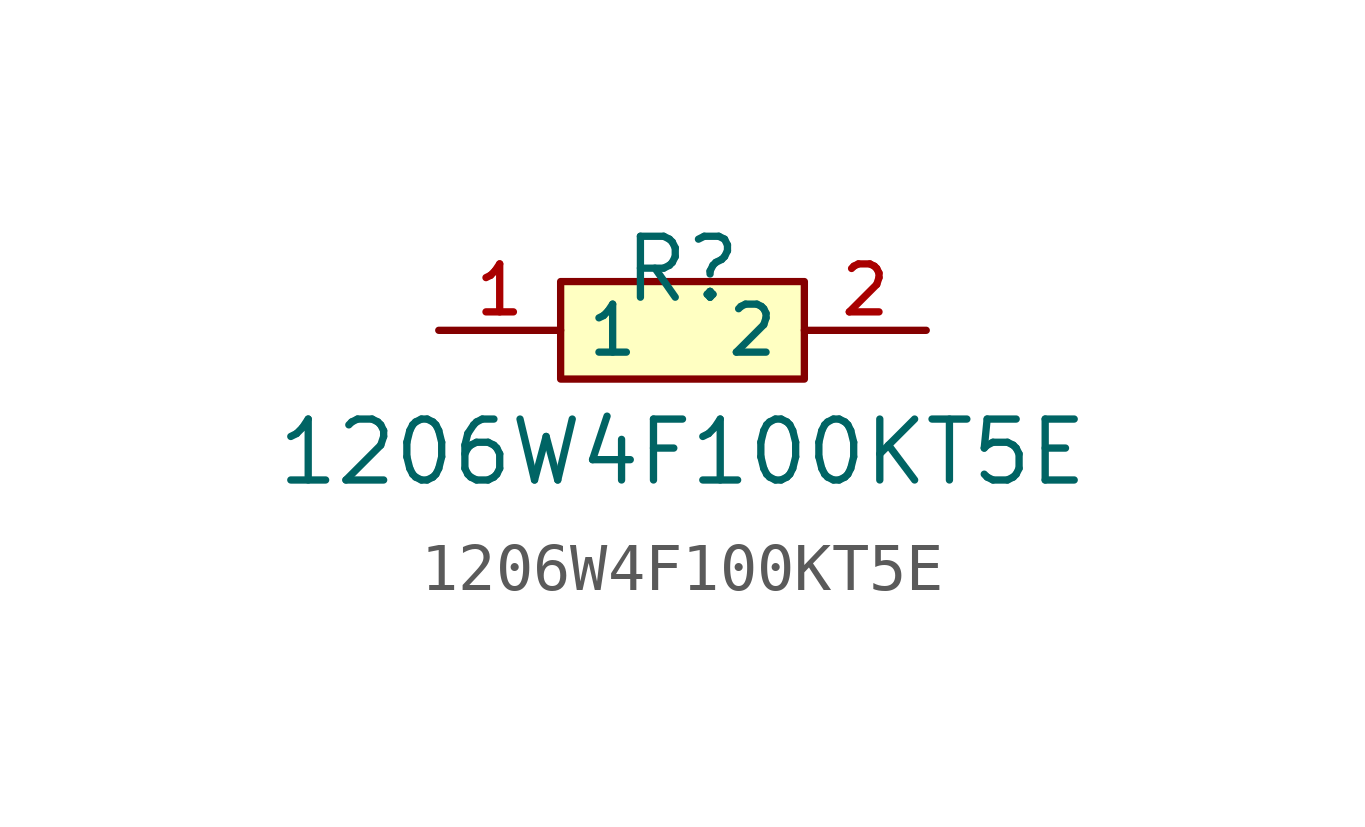
<source format=kicad_sym>
(kicad_symbol_lib
  (version 20210201)
  (generator TousstNicolas/JLC2KiCad_lib)
  (symbol "1206W4F100KT5E"
    (property "Reference" "R"
      (at 0 1.27 0)
      (effects (font (size 1.27 1.27))))
    (property "Value" "1206W4F100KT5E"
      (at 0 -2.54 0)
      (effects (font (size 1.27 1.27))))
    (symbol "1206W4F100KT5E_0_1"
      (pin input line (at 5.08 -0.0 180) (length 2.54) (name "2" (effects (font (size 1 1)))) (number "2" (effects (font (size 1 1)))))
      (pin input line (at -5.08 -0.0 0) (length 2.54) (name "1" (effects (font (size 1 1)))) (number "1" (effects (font (size 1 1)))))
      (rectangle (start -2.54 1.016) (end 2.54 -1.016) (stroke (width 0) (type default) (color 0 0 0 0)) (fill (type background))))))
</source>
